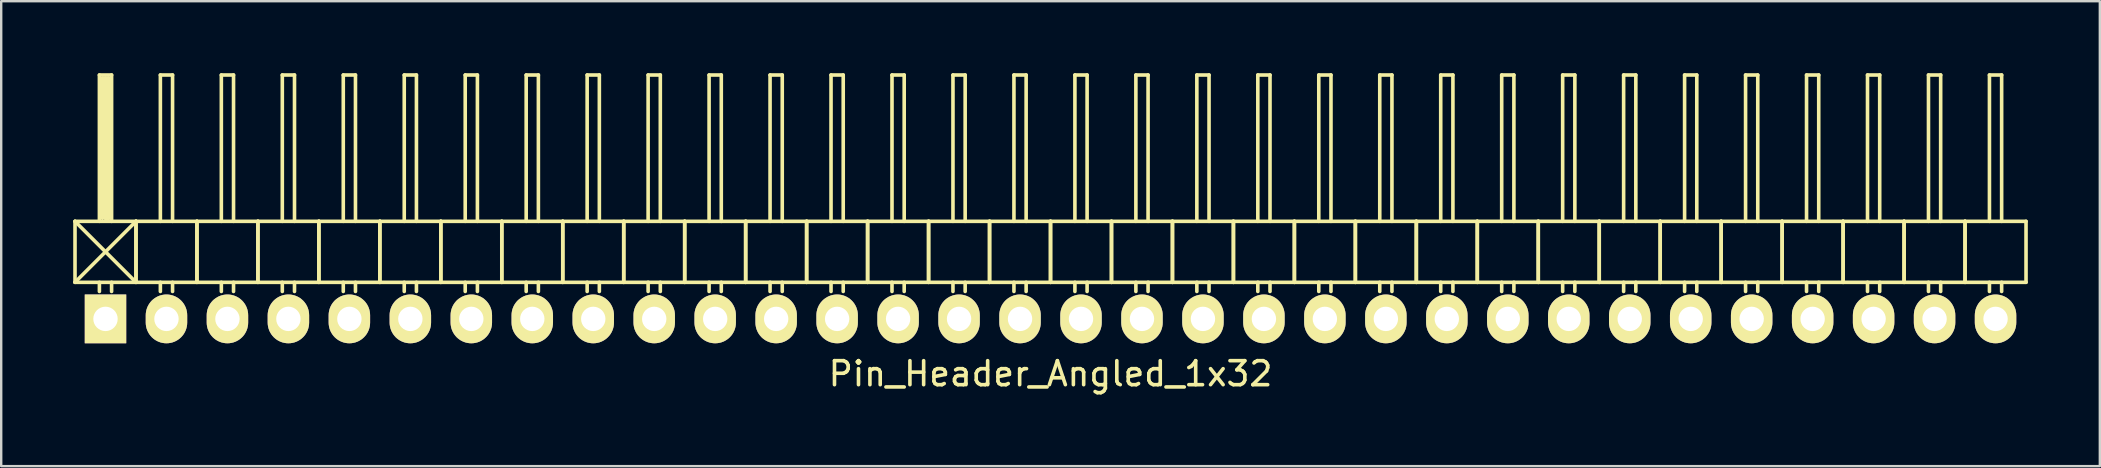
<source format=kicad_pcb>
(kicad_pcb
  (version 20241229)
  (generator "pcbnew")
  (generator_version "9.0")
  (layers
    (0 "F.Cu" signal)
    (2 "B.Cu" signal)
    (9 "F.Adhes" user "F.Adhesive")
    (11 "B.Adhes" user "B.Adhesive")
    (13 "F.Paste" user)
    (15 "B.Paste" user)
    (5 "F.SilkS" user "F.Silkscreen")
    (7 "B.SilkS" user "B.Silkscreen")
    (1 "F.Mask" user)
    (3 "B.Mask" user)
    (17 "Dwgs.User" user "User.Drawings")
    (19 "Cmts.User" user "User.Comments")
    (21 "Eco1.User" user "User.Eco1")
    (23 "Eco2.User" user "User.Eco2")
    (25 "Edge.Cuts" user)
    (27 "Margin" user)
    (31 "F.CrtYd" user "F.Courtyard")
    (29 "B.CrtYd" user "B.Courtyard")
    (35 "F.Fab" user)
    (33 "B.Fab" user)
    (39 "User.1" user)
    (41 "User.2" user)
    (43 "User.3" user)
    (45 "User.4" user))
  (footprint "Pin_Header_Angled_1x32"
    (layer "F.Cu")
    (at 40.715 10.235)
    (property "Reference" "Pin_Header_Angled_1x32" (at 0 2.286 0) (layer "F.SilkS") (effects (font (size 1 1) (thickness 0.15))))
    (attr through_hole)
    (fp_line (start -40.64 -4.064) (end -38.1 -1.524) (stroke (width 0.15) (type solid)) (layer "F.SilkS"))
    (fp_line (start -40.64 -1.524) (end -40.64 -4.064) (stroke (width 0.15) (type solid)) (layer "F.SilkS"))
    (fp_line (start -40.64 -1.524) (end -38.1 -1.524) (stroke (width 0.15) (type solid)) (layer "F.SilkS"))
    (fp_line (start -39.624 -10.16) (end -39.116 -10.16) (stroke (width 0.15) (type solid)) (layer "F.SilkS"))
    (fp_line (start -39.624 -4.064) (end -39.624 -10.16) (stroke (width 0.15) (type solid)) (layer "F.SilkS"))
    (fp_line (start -39.624 -1.524) (end -39.624 -1.143) (stroke (width 0.15) (type solid)) (layer "F.SilkS"))
    (fp_line (start -39.497 -10.033) (end -39.243 -10.033) (stroke (width 0.15) (type solid)) (layer "F.SilkS"))
    (fp_line (start -39.497 -4.191) (end -39.497 -10.033) (stroke (width 0.15) (type solid)) (layer "F.SilkS"))
    (fp_line (start -39.37 -4.191) (end -39.37 -10.033) (stroke (width 0.15) (type solid)) (layer "F.SilkS"))
    (fp_line (start -39.243 -10.033) (end -39.243 -4.191) (stroke (width 0.15) (type solid)) (layer "F.SilkS"))
    (fp_line (start -39.243 -4.191) (end -39.37 -4.191) (stroke (width 0.15) (type solid)) (layer "F.SilkS"))
    (fp_line (start -39.116 -10.16) (end -39.116 -4.064) (stroke (width 0.15) (type solid)) (layer "F.SilkS"))
    (fp_line (start -39.116 -1.524) (end -39.116 -1.143) (stroke (width 0.15) (type solid)) (layer "F.SilkS"))
    (fp_line (start -38.1 -4.064) (end -40.64 -4.064) (stroke (width 0.15) (type solid)) (layer "F.SilkS"))
    (fp_line (start -38.1 -4.064) (end -40.64 -1.524) (stroke (width 0.15) (type solid)) (layer "F.SilkS"))
    (fp_line (start -38.1 -1.524) (end -38.1 -4.064) (stroke (width 0.15) (type solid)) (layer "F.SilkS"))
    (fp_line (start -38.1 -1.524) (end -38.1 -4.064) (stroke (width 0.15) (type solid)) (layer "F.SilkS"))
    (fp_line (start -38.1 -1.524) (end -35.56 -1.524) (stroke (width 0.15) (type solid)) (layer "F.SilkS"))
    (fp_line (start -37.084 -10.16) (end -36.576 -10.16) (stroke (width 0.15) (type solid)) (layer "F.SilkS"))
    (fp_line (start -37.084 -4.064) (end -37.084 -10.16) (stroke (width 0.15) (type solid)) (layer "F.SilkS"))
    (fp_line (start -37.084 -1.524) (end -37.084 -1.143) (stroke (width 0.15) (type solid)) (layer "F.SilkS"))
    (fp_line (start -36.576 -10.16) (end -36.576 -4.064) (stroke (width 0.15) (type solid)) (layer "F.SilkS"))
    (fp_line (start -36.576 -1.524) (end -36.576 -1.143) (stroke (width 0.15) (type solid)) (layer "F.SilkS"))
    (fp_line (start -35.56 -4.064) (end -38.1 -4.064) (stroke (width 0.15) (type solid)) (layer "F.SilkS"))
    (fp_line (start -35.56 -1.524) (end -35.56 -4.064) (stroke (width 0.15) (type solid)) (layer "F.SilkS"))
    (fp_line (start -35.56 -1.524) (end -35.56 -4.064) (stroke (width 0.15) (type solid)) (layer "F.SilkS"))
    (fp_line (start -35.56 -1.524) (end -33.02 -1.524) (stroke (width 0.15) (type solid)) (layer "F.SilkS"))
    (fp_line (start -34.544 -10.16) (end -34.036 -10.16) (stroke (width 0.15) (type solid)) (layer "F.SilkS"))
    (fp_line (start -34.544 -4.064) (end -34.544 -10.16) (stroke (width 0.15) (type solid)) (layer "F.SilkS"))
    (fp_line (start -34.544 -1.524) (end -34.544 -1.143) (stroke (width 0.15) (type solid)) (layer "F.SilkS"))
    (fp_line (start -34.036 -10.16) (end -34.036 -4.064) (stroke (width 0.15) (type solid)) (layer "F.SilkS"))
    (fp_line (start -34.036 -1.524) (end -34.036 -1.143) (stroke (width 0.15) (type solid)) (layer "F.SilkS"))
    (fp_line (start -33.02 -4.064) (end -35.56 -4.064) (stroke (width 0.15) (type solid)) (layer "F.SilkS"))
    (fp_line (start -33.02 -1.524) (end -33.02 -4.064) (stroke (width 0.15) (type solid)) (layer "F.SilkS"))
    (fp_line (start -33.02 -1.524) (end -33.02 -4.064) (stroke (width 0.15) (type solid)) (layer "F.SilkS"))
    (fp_line (start -33.02 -1.524) (end -30.48 -1.524) (stroke (width 0.15) (type solid)) (layer "F.SilkS"))
    (fp_line (start -32.004 -10.16) (end -31.496 -10.16) (stroke (width 0.15) (type solid)) (layer "F.SilkS"))
    (fp_line (start -32.004 -4.064) (end -32.004 -10.16) (stroke (width 0.15) (type solid)) (layer "F.SilkS"))
    (fp_line (start -32.004 -1.524) (end -32.004 -1.143) (stroke (width 0.15) (type solid)) (layer "F.SilkS"))
    (fp_line (start -31.496 -10.16) (end -31.496 -4.064) (stroke (width 0.15) (type solid)) (layer "F.SilkS"))
    (fp_line (start -31.496 -1.524) (end -31.496 -1.143) (stroke (width 0.15) (type solid)) (layer "F.SilkS"))
    (fp_line (start -30.48 -4.064) (end -33.02 -4.064) (stroke (width 0.15) (type solid)) (layer "F.SilkS"))
    (fp_line (start -30.48 -1.524) (end -30.48 -4.064) (stroke (width 0.15) (type solid)) (layer "F.SilkS"))
    (fp_line (start -30.48 -1.524) (end -30.48 -4.064) (stroke (width 0.15) (type solid)) (layer "F.SilkS"))
    (fp_line (start -30.48 -1.524) (end -27.94 -1.524) (stroke (width 0.15) (type solid)) (layer "F.SilkS"))
    (fp_line (start -29.464 -10.16) (end -28.956 -10.16) (stroke (width 0.15) (type solid)) (layer "F.SilkS"))
    (fp_line (start -29.464 -4.064) (end -29.464 -10.16) (stroke (width 0.15) (type solid)) (layer "F.SilkS"))
    (fp_line (start -29.464 -1.524) (end -29.464 -1.143) (stroke (width 0.15) (type solid)) (layer "F.SilkS"))
    (fp_line (start -28.956 -10.16) (end -28.956 -4.064) (stroke (width 0.15) (type solid)) (layer "F.SilkS"))
    (fp_line (start -28.956 -1.524) (end -28.956 -1.143) (stroke (width 0.15) (type solid)) (layer "F.SilkS"))
    (fp_line (start -27.94 -4.064) (end -30.48 -4.064) (stroke (width 0.15) (type solid)) (layer "F.SilkS"))
    (fp_line (start -27.94 -1.524) (end -27.94 -4.064) (stroke (width 0.15) (type solid)) (layer "F.SilkS"))
    (fp_line (start -27.94 -1.524) (end -27.94 -4.064) (stroke (width 0.15) (type solid)) (layer "F.SilkS"))
    (fp_line (start -27.94 -1.524) (end -25.4 -1.524) (stroke (width 0.15) (type solid)) (layer "F.SilkS"))
    (fp_line (start -26.924 -10.16) (end -26.416 -10.16) (stroke (width 0.15) (type solid)) (layer "F.SilkS"))
    (fp_line (start -26.924 -4.064) (end -26.924 -10.16) (stroke (width 0.15) (type solid)) (layer "F.SilkS"))
    (fp_line (start -26.924 -1.524) (end -26.924 -1.143) (stroke (width 0.15) (type solid)) (layer "F.SilkS"))
    (fp_line (start -26.416 -10.16) (end -26.416 -4.064) (stroke (width 0.15) (type solid)) (layer "F.SilkS"))
    (fp_line (start -26.416 -1.524) (end -26.416 -1.143) (stroke (width 0.15) (type solid)) (layer "F.SilkS"))
    (fp_line (start -25.4 -4.064) (end -27.94 -4.064) (stroke (width 0.15) (type solid)) (layer "F.SilkS"))
    (fp_line (start -25.4 -1.524) (end -25.4 -4.064) (stroke (width 0.15) (type solid)) (layer "F.SilkS"))
    (fp_line (start -25.4 -1.524) (end -25.4 -4.064) (stroke (width 0.15) (type solid)) (layer "F.SilkS"))
    (fp_line (start -25.4 -1.524) (end -22.86 -1.524) (stroke (width 0.15) (type solid)) (layer "F.SilkS"))
    (fp_line (start -24.384 -10.16) (end -23.876 -10.16) (stroke (width 0.15) (type solid)) (layer "F.SilkS"))
    (fp_line (start -24.384 -4.064) (end -24.384 -10.16) (stroke (width 0.15) (type solid)) (layer "F.SilkS"))
    (fp_line (start -24.384 -1.524) (end -24.384 -1.143) (stroke (width 0.15) (type solid)) (layer "F.SilkS"))
    (fp_line (start -23.876 -10.16) (end -23.876 -4.064) (stroke (width 0.15) (type solid)) (layer "F.SilkS"))
    (fp_line (start -23.876 -1.524) (end -23.876 -1.143) (stroke (width 0.15) (type solid)) (layer "F.SilkS"))
    (fp_line (start -22.86 -4.064) (end -25.4 -4.064) (stroke (width 0.15) (type solid)) (layer "F.SilkS"))
    (fp_line (start -22.86 -1.524) (end -22.86 -4.064) (stroke (width 0.15) (type solid)) (layer "F.SilkS"))
    (fp_line (start -22.86 -1.524) (end -22.86 -4.064) (stroke (width 0.15) (type solid)) (layer "F.SilkS"))
    (fp_line (start -22.86 -1.524) (end -20.32 -1.524) (stroke (width 0.15) (type solid)) (layer "F.SilkS"))
    (fp_line (start -21.844 -10.16) (end -21.336 -10.16) (stroke (width 0.15) (type solid)) (layer "F.SilkS"))
    (fp_line (start -21.844 -4.064) (end -21.844 -10.16) (stroke (width 0.15) (type solid)) (layer "F.SilkS"))
    (fp_line (start -21.844 -1.524) (end -21.844 -1.143) (stroke (width 0.15) (type solid)) (layer "F.SilkS"))
    (fp_line (start -21.336 -10.16) (end -21.336 -4.064) (stroke (width 0.15) (type solid)) (layer "F.SilkS"))
    (fp_line (start -21.336 -1.524) (end -21.336 -1.143) (stroke (width 0.15) (type solid)) (layer "F.SilkS"))
    (fp_line (start -20.32 -4.064) (end -22.86 -4.064) (stroke (width 0.15) (type solid)) (layer "F.SilkS"))
    (fp_line (start -20.32 -1.524) (end -20.32 -4.064) (stroke (width 0.15) (type solid)) (layer "F.SilkS"))
    (fp_line (start -20.32 -1.524) (end -20.32 -4.064) (stroke (width 0.15) (type solid)) (layer "F.SilkS"))
    (fp_line (start -20.32 -1.524) (end -17.78 -1.524) (stroke (width 0.15) (type solid)) (layer "F.SilkS"))
    (fp_line (start -19.304 -10.16) (end -18.796 -10.16) (stroke (width 0.15) (type solid)) (layer "F.SilkS"))
    (fp_line (start -19.304 -4.064) (end -19.304 -10.16) (stroke (width 0.15) (type solid)) (layer "F.SilkS"))
    (fp_line (start -19.304 -1.524) (end -19.304 -1.143) (stroke (width 0.15) (type solid)) (layer "F.SilkS"))
    (fp_line (start -18.796 -10.16) (end -18.796 -4.064) (stroke (width 0.15) (type solid)) (layer "F.SilkS"))
    (fp_line (start -18.796 -1.524) (end -18.796 -1.143) (stroke (width 0.15) (type solid)) (layer "F.SilkS"))
    (fp_line (start -17.78 -4.064) (end -20.32 -4.064) (stroke (width 0.15) (type solid)) (layer "F.SilkS"))
    (fp_line (start -17.78 -1.524) (end -17.78 -4.064) (stroke (width 0.15) (type solid)) (layer "F.SilkS"))
    (fp_line (start -17.78 -1.524) (end -17.78 -4.064) (stroke (width 0.15) (type solid)) (layer "F.SilkS"))
    (fp_line (start -17.78 -1.524) (end -15.24 -1.524) (stroke (width 0.15) (type solid)) (layer "F.SilkS"))
    (fp_line (start -16.764 -10.16) (end -16.256 -10.16) (stroke (width 0.15) (type solid)) (layer "F.SilkS"))
    (fp_line (start -16.764 -4.064) (end -16.764 -10.16) (stroke (width 0.15) (type solid)) (layer "F.SilkS"))
    (fp_line (start -16.764 -1.524) (end -16.764 -1.143) (stroke (width 0.15) (type solid)) (layer "F.SilkS"))
    (fp_line (start -16.256 -10.16) (end -16.256 -4.064) (stroke (width 0.15) (type solid)) (layer "F.SilkS"))
    (fp_line (start -16.256 -1.524) (end -16.256 -1.143) (stroke (width 0.15) (type solid)) (layer "F.SilkS"))
    (fp_line (start -15.24 -4.064) (end -17.78 -4.064) (stroke (width 0.15) (type solid)) (layer "F.SilkS"))
    (fp_line (start -15.24 -1.524) (end -15.24 -4.064) (stroke (width 0.15) (type solid)) (layer "F.SilkS"))
    (fp_line (start -15.24 -1.524) (end -15.24 -4.064) (stroke (width 0.15) (type solid)) (layer "F.SilkS"))
    (fp_line (start -15.24 -1.524) (end -12.7 -1.524) (stroke (width 0.15) (type solid)) (layer "F.SilkS"))
    (fp_line (start -14.224 -10.16) (end -13.716 -10.16) (stroke (width 0.15) (type solid)) (layer "F.SilkS"))
    (fp_line (start -14.224 -4.064) (end -14.224 -10.16) (stroke (width 0.15) (type solid)) (layer "F.SilkS"))
    (fp_line (start -14.224 -1.524) (end -14.224 -1.143) (stroke (width 0.15) (type solid)) (layer "F.SilkS"))
    (fp_line (start -13.716 -10.16) (end -13.716 -4.064) (stroke (width 0.15) (type solid)) (layer "F.SilkS"))
    (fp_line (start -13.716 -1.524) (end -13.716 -1.143) (stroke (width 0.15) (type solid)) (layer "F.SilkS"))
    (fp_line (start -12.7 -4.064) (end -15.24 -4.064) (stroke (width 0.15) (type solid)) (layer "F.SilkS"))
    (fp_line (start -12.7 -1.524) (end -12.7 -4.064) (stroke (width 0.15) (type solid)) (layer "F.SilkS"))
    (fp_line (start -12.7 -1.524) (end -12.7 -4.064) (stroke (width 0.15) (type solid)) (layer "F.SilkS"))
    (fp_line (start -12.7 -1.524) (end -10.16 -1.524) (stroke (width 0.15) (type solid)) (layer "F.SilkS"))
    (fp_line (start -11.684 -10.16) (end -11.176 -10.16) (stroke (width 0.15) (type solid)) (layer "F.SilkS"))
    (fp_line (start -11.684 -4.064) (end -11.684 -10.16) (stroke (width 0.15) (type solid)) (layer "F.SilkS"))
    (fp_line (start -11.684 -1.524) (end -11.684 -1.143) (stroke (width 0.15) (type solid)) (layer "F.SilkS"))
    (fp_line (start -11.176 -10.16) (end -11.176 -4.064) (stroke (width 0.15) (type solid)) (layer "F.SilkS"))
    (fp_line (start -11.176 -1.524) (end -11.176 -1.143) (stroke (width 0.15) (type solid)) (layer "F.SilkS"))
    (fp_line (start -10.16 -4.064) (end -12.7 -4.064) (stroke (width 0.15) (type solid)) (layer "F.SilkS"))
    (fp_line (start -10.16 -1.524) (end -10.16 -4.064) (stroke (width 0.15) (type solid)) (layer "F.SilkS"))
    (fp_line (start -10.16 -1.524) (end -10.16 -4.064) (stroke (width 0.15) (type solid)) (layer "F.SilkS"))
    (fp_line (start -10.16 -1.524) (end -7.62 -1.524) (stroke (width 0.15) (type solid)) (layer "F.SilkS"))
    (fp_line (start -9.144 -10.16) (end -8.636 -10.16) (stroke (width 0.15) (type solid)) (layer "F.SilkS"))
    (fp_line (start -9.144 -4.064) (end -9.144 -10.16) (stroke (width 0.15) (type solid)) (layer "F.SilkS"))
    (fp_line (start -9.144 -1.524) (end -9.144 -1.143) (stroke (width 0.15) (type solid)) (layer "F.SilkS"))
    (fp_line (start -8.636 -10.16) (end -8.636 -4.064) (stroke (width 0.15) (type solid)) (layer "F.SilkS"))
    (fp_line (start -8.636 -1.524) (end -8.636 -1.143) (stroke (width 0.15) (type solid)) (layer "F.SilkS"))
    (fp_line (start -7.62 -4.064) (end -10.16 -4.064) (stroke (width 0.15) (type solid)) (layer "F.SilkS"))
    (fp_line (start -7.62 -1.524) (end -7.62 -4.064) (stroke (width 0.15) (type solid)) (layer "F.SilkS"))
    (fp_line (start -7.62 -1.524) (end -7.62 -4.064) (stroke (width 0.15) (type solid)) (layer "F.SilkS"))
    (fp_line (start -7.62 -1.524) (end -5.08 -1.524) (stroke (width 0.15) (type solid)) (layer "F.SilkS"))
    (fp_line (start -6.604 -10.16) (end -6.096 -10.16) (stroke (width 0.15) (type solid)) (layer "F.SilkS"))
    (fp_line (start -6.604 -4.064) (end -6.604 -10.16) (stroke (width 0.15) (type solid)) (layer "F.SilkS"))
    (fp_line (start -6.604 -1.524) (end -6.604 -1.143) (stroke (width 0.15) (type solid)) (layer "F.SilkS"))
    (fp_line (start -6.096 -10.16) (end -6.096 -4.064) (stroke (width 0.15) (type solid)) (layer "F.SilkS"))
    (fp_line (start -6.096 -1.524) (end -6.096 -1.143) (stroke (width 0.15) (type solid)) (layer "F.SilkS"))
    (fp_line (start -5.08 -4.064) (end -7.62 -4.064) (stroke (width 0.15) (type solid)) (layer "F.SilkS"))
    (fp_line (start -5.08 -1.524) (end -5.08 -4.064) (stroke (width 0.15) (type solid)) (layer "F.SilkS"))
    (fp_line (start -5.08 -1.524) (end -5.08 -4.064) (stroke (width 0.15) (type solid)) (layer "F.SilkS"))
    (fp_line (start -5.08 -1.524) (end -2.54 -1.524) (stroke (width 0.15) (type solid)) (layer "F.SilkS"))
    (fp_line (start -4.064 -10.16) (end -3.556 -10.16) (stroke (width 0.15) (type solid)) (layer "F.SilkS"))
    (fp_line (start -4.064 -4.064) (end -4.064 -10.16) (stroke (width 0.15) (type solid)) (layer "F.SilkS"))
    (fp_line (start -4.064 -1.524) (end -4.064 -1.143) (stroke (width 0.15) (type solid)) (layer "F.SilkS"))
    (fp_line (start -3.556 -10.16) (end -3.556 -4.064) (stroke (width 0.15) (type solid)) (layer "F.SilkS"))
    (fp_line (start -3.556 -1.524) (end -3.556 -1.143) (stroke (width 0.15) (type solid)) (layer "F.SilkS"))
    (fp_line (start -2.54 -4.064) (end -5.08 -4.064) (stroke (width 0.15) (type solid)) (layer "F.SilkS"))
    (fp_line (start -2.54 -1.524) (end -2.54 -4.064) (stroke (width 0.15) (type solid)) (layer "F.SilkS"))
    (fp_line (start -2.54 -1.524) (end -2.54 -4.064) (stroke (width 0.15) (type solid)) (layer "F.SilkS"))
    (fp_line (start -2.54 -1.524) (end 0 -1.524) (stroke (width 0.15) (type solid)) (layer "F.SilkS"))
    (fp_line (start -1.524 -10.16) (end -1.016 -10.16) (stroke (width 0.15) (type solid)) (layer "F.SilkS"))
    (fp_line (start -1.524 -4.064) (end -1.524 -10.16) (stroke (width 0.15) (type solid)) (layer "F.SilkS"))
    (fp_line (start -1.524 -1.524) (end -1.524 -1.143) (stroke (width 0.15) (type solid)) (layer "F.SilkS"))
    (fp_line (start -1.016 -10.16) (end -1.016 -4.064) (stroke (width 0.15) (type solid)) (layer "F.SilkS"))
    (fp_line (start -1.016 -1.524) (end -1.016 -1.143) (stroke (width 0.15) (type solid)) (layer "F.SilkS"))
    (fp_line (start 0 -4.064) (end -2.54 -4.064) (stroke (width 0.15) (type solid)) (layer "F.SilkS"))
    (fp_line (start 0 -1.524) (end 0 -4.064) (stroke (width 0.15) (type solid)) (layer "F.SilkS"))
    (fp_line (start 0 -1.524) (end 0 -4.064) (stroke (width 0.15) (type solid)) (layer "F.SilkS"))
    (fp_line (start 0 -1.524) (end 2.54 -1.524) (stroke (width 0.15) (type solid)) (layer "F.SilkS"))
    (fp_line (start 1.016 -10.16) (end 1.524 -10.16) (stroke (width 0.15) (type solid)) (layer "F.SilkS"))
    (fp_line (start 1.016 -4.064) (end 1.016 -10.16) (stroke (width 0.15) (type solid)) (layer "F.SilkS"))
    (fp_line (start 1.016 -1.524) (end 1.016 -1.143) (stroke (width 0.15) (type solid)) (layer "F.SilkS"))
    (fp_line (start 1.524 -10.16) (end 1.524 -4.064) (stroke (width 0.15) (type solid)) (layer "F.SilkS"))
    (fp_line (start 1.524 -1.524) (end 1.524 -1.143) (stroke (width 0.15) (type solid)) (layer "F.SilkS"))
    (fp_line (start 2.54 -4.064) (end 0 -4.064) (stroke (width 0.15) (type solid)) (layer "F.SilkS"))
    (fp_line (start 2.54 -1.524) (end 2.54 -4.064) (stroke (width 0.15) (type solid)) (layer "F.SilkS"))
    (fp_line (start 2.54 -1.524) (end 2.54 -4.064) (stroke (width 0.15) (type solid)) (layer "F.SilkS"))
    (fp_line (start 2.54 -1.524) (end 5.08 -1.524) (stroke (width 0.15) (type solid)) (layer "F.SilkS"))
    (fp_line (start 3.556 -10.16) (end 4.064 -10.16) (stroke (width 0.15) (type solid)) (layer "F.SilkS"))
    (fp_line (start 3.556 -4.064) (end 3.556 -10.16) (stroke (width 0.15) (type solid)) (layer "F.SilkS"))
    (fp_line (start 3.556 -1.524) (end 3.556 -1.143) (stroke (width 0.15) (type solid)) (layer "F.SilkS"))
    (fp_line (start 4.064 -10.16) (end 4.064 -4.064) (stroke (width 0.15) (type solid)) (layer "F.SilkS"))
    (fp_line (start 4.064 -1.524) (end 4.064 -1.143) (stroke (width 0.15) (type solid)) (layer "F.SilkS"))
    (fp_line (start 5.08 -4.064) (end 2.54 -4.064) (stroke (width 0.15) (type solid)) (layer "F.SilkS"))
    (fp_line (start 5.08 -1.524) (end 5.08 -4.064) (stroke (width 0.15) (type solid)) (layer "F.SilkS"))
    (fp_line (start 5.08 -1.524) (end 5.08 -4.064) (stroke (width 0.15) (type solid)) (layer "F.SilkS"))
    (fp_line (start 5.08 -1.524) (end 7.62 -1.524) (stroke (width 0.15) (type solid)) (layer "F.SilkS"))
    (fp_line (start 6.096 -10.16) (end 6.604 -10.16) (stroke (width 0.15) (type solid)) (layer "F.SilkS"))
    (fp_line (start 6.096 -4.064) (end 6.096 -10.16) (stroke (width 0.15) (type solid)) (layer "F.SilkS"))
    (fp_line (start 6.096 -1.524) (end 6.096 -1.143) (stroke (width 0.15) (type solid)) (layer "F.SilkS"))
    (fp_line (start 6.604 -10.16) (end 6.604 -4.064) (stroke (width 0.15) (type solid)) (layer "F.SilkS"))
    (fp_line (start 6.604 -1.524) (end 6.604 -1.143) (stroke (width 0.15) (type solid)) (layer "F.SilkS"))
    (fp_line (start 7.62 -4.064) (end 5.08 -4.064) (stroke (width 0.15) (type solid)) (layer "F.SilkS"))
    (fp_line (start 7.62 -1.524) (end 7.62 -4.064) (stroke (width 0.15) (type solid)) (layer "F.SilkS"))
    (fp_line (start 7.62 -1.524) (end 7.62 -4.064) (stroke (width 0.15) (type solid)) (layer "F.SilkS"))
    (fp_line (start 7.62 -1.524) (end 10.16 -1.524) (stroke (width 0.15) (type solid)) (layer "F.SilkS"))
    (fp_line (start 8.636 -10.16) (end 9.144 -10.16) (stroke (width 0.15) (type solid)) (layer "F.SilkS"))
    (fp_line (start 8.636 -4.064) (end 8.636 -10.16) (stroke (width 0.15) (type solid)) (layer "F.SilkS"))
    (fp_line (start 8.636 -1.524) (end 8.636 -1.143) (stroke (width 0.15) (type solid)) (layer "F.SilkS"))
    (fp_line (start 9.144 -10.16) (end 9.144 -4.064) (stroke (width 0.15) (type solid)) (layer "F.SilkS"))
    (fp_line (start 9.144 -1.524) (end 9.144 -1.143) (stroke (width 0.15) (type solid)) (layer "F.SilkS"))
    (fp_line (start 10.16 -4.064) (end 7.62 -4.064) (stroke (width 0.15) (type solid)) (layer "F.SilkS"))
    (fp_line (start 10.16 -1.524) (end 10.16 -4.064) (stroke (width 0.15) (type solid)) (layer "F.SilkS"))
    (fp_line (start 10.16 -1.524) (end 10.16 -4.064) (stroke (width 0.15) (type solid)) (layer "F.SilkS"))
    (fp_line (start 10.16 -1.524) (end 12.7 -1.524) (stroke (width 0.15) (type solid)) (layer "F.SilkS"))
    (fp_line (start 11.176 -10.16) (end 11.684 -10.16) (stroke (width 0.15) (type solid)) (layer "F.SilkS"))
    (fp_line (start 11.176 -4.064) (end 11.176 -10.16) (stroke (width 0.15) (type solid)) (layer "F.SilkS"))
    (fp_line (start 11.176 -1.524) (end 11.176 -1.143) (stroke (width 0.15) (type solid)) (layer "F.SilkS"))
    (fp_line (start 11.684 -10.16) (end 11.684 -4.064) (stroke (width 0.15) (type solid)) (layer "F.SilkS"))
    (fp_line (start 11.684 -1.524) (end 11.684 -1.143) (stroke (width 0.15) (type solid)) (layer "F.SilkS"))
    (fp_line (start 12.7 -4.064) (end 10.16 -4.064) (stroke (width 0.15) (type solid)) (layer "F.SilkS"))
    (fp_line (start 12.7 -1.524) (end 12.7 -4.064) (stroke (width 0.15) (type solid)) (layer "F.SilkS"))
    (fp_line (start 12.7 -1.524) (end 12.7 -4.064) (stroke (width 0.15) (type solid)) (layer "F.SilkS"))
    (fp_line (start 12.7 -1.524) (end 15.24 -1.524) (stroke (width 0.15) (type solid)) (layer "F.SilkS"))
    (fp_line (start 13.716 -10.16) (end 14.224 -10.16) (stroke (width 0.15) (type solid)) (layer "F.SilkS"))
    (fp_line (start 13.716 -4.064) (end 13.716 -10.16) (stroke (width 0.15) (type solid)) (layer "F.SilkS"))
    (fp_line (start 13.716 -1.524) (end 13.716 -1.143) (stroke (width 0.15) (type solid)) (layer "F.SilkS"))
    (fp_line (start 14.224 -10.16) (end 14.224 -4.064) (stroke (width 0.15) (type solid)) (layer "F.SilkS"))
    (fp_line (start 14.224 -1.524) (end 14.224 -1.143) (stroke (width 0.15) (type solid)) (layer "F.SilkS"))
    (fp_line (start 15.24 -4.064) (end 12.7 -4.064) (stroke (width 0.15) (type solid)) (layer "F.SilkS"))
    (fp_line (start 15.24 -1.524) (end 15.24 -4.064) (stroke (width 0.15) (type solid)) (layer "F.SilkS"))
    (fp_line (start 15.24 -1.524) (end 15.24 -4.064) (stroke (width 0.15) (type solid)) (layer "F.SilkS"))
    (fp_line (start 15.24 -1.524) (end 17.78 -1.524) (stroke (width 0.15) (type solid)) (layer "F.SilkS"))
    (fp_line (start 16.256 -10.16) (end 16.764 -10.16) (stroke (width 0.15) (type solid)) (layer "F.SilkS"))
    (fp_line (start 16.256 -4.064) (end 16.256 -10.16) (stroke (width 0.15) (type solid)) (layer "F.SilkS"))
    (fp_line (start 16.256 -1.524) (end 16.256 -1.143) (stroke (width 0.15) (type solid)) (layer "F.SilkS"))
    (fp_line (start 16.764 -10.16) (end 16.764 -4.064) (stroke (width 0.15) (type solid)) (layer "F.SilkS"))
    (fp_line (start 16.764 -1.524) (end 16.764 -1.143) (stroke (width 0.15) (type solid)) (layer "F.SilkS"))
    (fp_line (start 17.78 -4.064) (end 15.24 -4.064) (stroke (width 0.15) (type solid)) (layer "F.SilkS"))
    (fp_line (start 17.78 -1.524) (end 17.78 -4.064) (stroke (width 0.15) (type solid)) (layer "F.SilkS"))
    (fp_line (start 17.78 -1.524) (end 17.78 -4.064) (stroke (width 0.15) (type solid)) (layer "F.SilkS"))
    (fp_line (start 17.78 -1.524) (end 20.32 -1.524) (stroke (width 0.15) (type solid)) (layer "F.SilkS"))
    (fp_line (start 18.796 -10.16) (end 19.304 -10.16) (stroke (width 0.15) (type solid)) (layer "F.SilkS"))
    (fp_line (start 18.796 -4.064) (end 18.796 -10.16) (stroke (width 0.15) (type solid)) (layer "F.SilkS"))
    (fp_line (start 18.796 -1.524) (end 18.796 -1.143) (stroke (width 0.15) (type solid)) (layer "F.SilkS"))
    (fp_line (start 19.304 -10.16) (end 19.304 -4.064) (stroke (width 0.15) (type solid)) (layer "F.SilkS"))
    (fp_line (start 19.304 -1.524) (end 19.304 -1.143) (stroke (width 0.15) (type solid)) (layer "F.SilkS"))
    (fp_line (start 20.32 -4.064) (end 17.78 -4.064) (stroke (width 0.15) (type solid)) (layer "F.SilkS"))
    (fp_line (start 20.32 -1.524) (end 20.32 -4.064) (stroke (width 0.15) (type solid)) (layer "F.SilkS"))
    (fp_line (start 20.32 -1.524) (end 20.32 -4.064) (stroke (width 0.15) (type solid)) (layer "F.SilkS"))
    (fp_line (start 20.32 -1.524) (end 22.86 -1.524) (stroke (width 0.15) (type solid)) (layer "F.SilkS"))
    (fp_line (start 21.336 -10.16) (end 21.844 -10.16) (stroke (width 0.15) (type solid)) (layer "F.SilkS"))
    (fp_line (start 21.336 -4.064) (end 21.336 -10.16) (stroke (width 0.15) (type solid)) (layer "F.SilkS"))
    (fp_line (start 21.336 -1.524) (end 21.336 -1.143) (stroke (width 0.15) (type solid)) (layer "F.SilkS"))
    (fp_line (start 21.844 -10.16) (end 21.844 -4.064) (stroke (width 0.15) (type solid)) (layer "F.SilkS"))
    (fp_line (start 21.844 -1.524) (end 21.844 -1.143) (stroke (width 0.15) (type solid)) (layer "F.SilkS"))
    (fp_line (start 22.86 -4.064) (end 20.32 -4.064) (stroke (width 0.15) (type solid)) (layer "F.SilkS"))
    (fp_line (start 22.86 -1.524) (end 22.86 -4.064) (stroke (width 0.15) (type solid)) (layer "F.SilkS"))
    (fp_line (start 22.86 -1.524) (end 22.86 -4.064) (stroke (width 0.15) (type solid)) (layer "F.SilkS"))
    (fp_line (start 22.86 -1.524) (end 25.4 -1.524) (stroke (width 0.15) (type solid)) (layer "F.SilkS"))
    (fp_line (start 23.876 -10.16) (end 24.384 -10.16) (stroke (width 0.15) (type solid)) (layer "F.SilkS"))
    (fp_line (start 23.876 -4.064) (end 23.876 -10.16) (stroke (width 0.15) (type solid)) (layer "F.SilkS"))
    (fp_line (start 23.876 -1.524) (end 23.876 -1.143) (stroke (width 0.15) (type solid)) (layer "F.SilkS"))
    (fp_line (start 24.384 -10.16) (end 24.384 -4.064) (stroke (width 0.15) (type solid)) (layer "F.SilkS"))
    (fp_line (start 24.384 -1.524) (end 24.384 -1.143) (stroke (width 0.15) (type solid)) (layer "F.SilkS"))
    (fp_line (start 25.4 -4.064) (end 22.86 -4.064) (stroke (width 0.15) (type solid)) (layer "F.SilkS"))
    (fp_line (start 25.4 -1.524) (end 25.4 -4.064) (stroke (width 0.15) (type solid)) (layer "F.SilkS"))
    (fp_line (start 25.4 -1.524) (end 25.4 -4.064) (stroke (width 0.15) (type solid)) (layer "F.SilkS"))
    (fp_line (start 25.4 -1.524) (end 27.94 -1.524) (stroke (width 0.15) (type solid)) (layer "F.SilkS"))
    (fp_line (start 26.416 -10.16) (end 26.924 -10.16) (stroke (width 0.15) (type solid)) (layer "F.SilkS"))
    (fp_line (start 26.416 -4.064) (end 26.416 -10.16) (stroke (width 0.15) (type solid)) (layer "F.SilkS"))
    (fp_line (start 26.416 -1.524) (end 26.416 -1.143) (stroke (width 0.15) (type solid)) (layer "F.SilkS"))
    (fp_line (start 26.924 -10.16) (end 26.924 -4.064) (stroke (width 0.15) (type solid)) (layer "F.SilkS"))
    (fp_line (start 26.924 -1.524) (end 26.924 -1.143) (stroke (width 0.15) (type solid)) (layer "F.SilkS"))
    (fp_line (start 27.94 -4.064) (end 25.4 -4.064) (stroke (width 0.15) (type solid)) (layer "F.SilkS"))
    (fp_line (start 27.94 -1.524) (end 27.94 -4.064) (stroke (width 0.15) (type solid)) (layer "F.SilkS"))
    (fp_line (start 27.94 -1.524) (end 27.94 -4.064) (stroke (width 0.15) (type solid)) (layer "F.SilkS"))
    (fp_line (start 27.94 -1.524) (end 30.48 -1.524) (stroke (width 0.15) (type solid)) (layer "F.SilkS"))
    (fp_line (start 28.956 -10.16) (end 29.464 -10.16) (stroke (width 0.15) (type solid)) (layer "F.SilkS"))
    (fp_line (start 28.956 -4.064) (end 28.956 -10.16) (stroke (width 0.15) (type solid)) (layer "F.SilkS"))
    (fp_line (start 28.956 -1.524) (end 28.956 -1.143) (stroke (width 0.15) (type solid)) (layer "F.SilkS"))
    (fp_line (start 29.464 -10.16) (end 29.464 -4.064) (stroke (width 0.15) (type solid)) (layer "F.SilkS"))
    (fp_line (start 29.464 -1.524) (end 29.464 -1.143) (stroke (width 0.15) (type solid)) (layer "F.SilkS"))
    (fp_line (start 30.48 -4.064) (end 27.94 -4.064) (stroke (width 0.15) (type solid)) (layer "F.SilkS"))
    (fp_line (start 30.48 -1.524) (end 30.48 -4.064) (stroke (width 0.15) (type solid)) (layer "F.SilkS"))
    (fp_line (start 30.48 -1.524) (end 30.48 -4.064) (stroke (width 0.15) (type solid)) (layer "F.SilkS"))
    (fp_line (start 30.48 -1.524) (end 33.02 -1.524) (stroke (width 0.15) (type solid)) (layer "F.SilkS"))
    (fp_line (start 31.496 -10.16) (end 32.004 -10.16) (stroke (width 0.15) (type solid)) (layer "F.SilkS"))
    (fp_line (start 31.496 -4.064) (end 31.496 -10.16) (stroke (width 0.15) (type solid)) (layer "F.SilkS"))
    (fp_line (start 31.496 -1.524) (end 31.496 -1.143) (stroke (width 0.15) (type solid)) (layer "F.SilkS"))
    (fp_line (start 32.004 -10.16) (end 32.004 -4.064) (stroke (width 0.15) (type solid)) (layer "F.SilkS"))
    (fp_line (start 32.004 -1.524) (end 32.004 -1.143) (stroke (width 0.15) (type solid)) (layer "F.SilkS"))
    (fp_line (start 33.02 -4.064) (end 30.48 -4.064) (stroke (width 0.15) (type solid)) (layer "F.SilkS"))
    (fp_line (start 33.02 -1.524) (end 33.02 -4.064) (stroke (width 0.15) (type solid)) (layer "F.SilkS"))
    (fp_line (start 33.02 -1.524) (end 33.02 -4.064) (stroke (width 0.15) (type solid)) (layer "F.SilkS"))
    (fp_line (start 33.02 -1.524) (end 35.56 -1.524) (stroke (width 0.15) (type solid)) (layer "F.SilkS"))
    (fp_line (start 34.036 -10.16) (end 34.544 -10.16) (stroke (width 0.15) (type solid)) (layer "F.SilkS"))
    (fp_line (start 34.036 -4.064) (end 34.036 -10.16) (stroke (width 0.15) (type solid)) (layer "F.SilkS"))
    (fp_line (start 34.036 -1.524) (end 34.036 -1.143) (stroke (width 0.15) (type solid)) (layer "F.SilkS"))
    (fp_line (start 34.544 -10.16) (end 34.544 -4.064) (stroke (width 0.15) (type solid)) (layer "F.SilkS"))
    (fp_line (start 34.544 -1.524) (end 34.544 -1.143) (stroke (width 0.15) (type solid)) (layer "F.SilkS"))
    (fp_line (start 35.56 -4.064) (end 33.02 -4.064) (stroke (width 0.15) (type solid)) (layer "F.SilkS"))
    (fp_line (start 35.56 -1.524) (end 35.56 -4.064) (stroke (width 0.15) (type solid)) (layer "F.SilkS"))
    (fp_line (start 35.56 -1.524) (end 35.56 -4.064) (stroke (width 0.15) (type solid)) (layer "F.SilkS"))
    (fp_line (start 35.56 -1.524) (end 38.1 -1.524) (stroke (width 0.15) (type solid)) (layer "F.SilkS"))
    (fp_line (start 36.576 -10.16) (end 37.084 -10.16) (stroke (width 0.15) (type solid)) (layer "F.SilkS"))
    (fp_line (start 36.576 -4.064) (end 36.576 -10.16) (stroke (width 0.15) (type solid)) (layer "F.SilkS"))
    (fp_line (start 36.576 -1.524) (end 36.576 -1.143) (stroke (width 0.15) (type solid)) (layer "F.SilkS"))
    (fp_line (start 37.084 -10.16) (end 37.084 -4.064) (stroke (width 0.15) (type solid)) (layer "F.SilkS"))
    (fp_line (start 37.084 -1.524) (end 37.084 -1.143) (stroke (width 0.15) (type solid)) (layer "F.SilkS"))
    (fp_line (start 38.1 -4.064) (end 35.56 -4.064) (stroke (width 0.15) (type solid)) (layer "F.SilkS"))
    (fp_line (start 38.1 -1.524) (end 38.1 -4.064) (stroke (width 0.15) (type solid)) (layer "F.SilkS"))
    (fp_line (start 38.1 -1.524) (end 38.1 -4.064) (stroke (width 0.15) (type solid)) (layer "F.SilkS"))
    (fp_line (start 38.1 -1.524) (end 40.64 -1.524) (stroke (width 0.15) (type solid)) (layer "F.SilkS"))
    (fp_line (start 39.116 -10.16) (end 39.624 -10.16) (stroke (width 0.15) (type solid)) (layer "F.SilkS"))
    (fp_line (start 39.116 -4.064) (end 39.116 -10.16) (stroke (width 0.15) (type solid)) (layer "F.SilkS"))
    (fp_line (start 39.116 -1.524) (end 39.116 -1.143) (stroke (width 0.15) (type solid)) (layer "F.SilkS"))
    (fp_line (start 39.624 -10.16) (end 39.624 -4.064) (stroke (width 0.15) (type solid)) (layer "F.SilkS"))
    (fp_line (start 39.624 -1.524) (end 39.624 -1.143) (stroke (width 0.15) (type solid)) (layer "F.SilkS"))
    (fp_line (start 40.64 -4.064) (end 38.1 -4.064) (stroke (width 0.15) (type solid)) (layer "F.SilkS"))
    (fp_line (start 40.64 -1.524) (end 40.64 -4.064) (stroke (width 0.15) (type solid)) (layer "F.SilkS"))
    (pad "1" thru_hole rect (at -39.37 0) (size 1.727 2.032) (drill 1.016) (layers "*.Cu" "*.Mask" "F.SilkS"))
    (pad "2" thru_hole oval (at -36.83 0) (size 1.727 2.032) (drill 1.016) (layers "*.Cu" "*.Mask" "F.SilkS"))
    (pad "3" thru_hole oval (at -34.29 0) (size 1.727 2.032) (drill 1.016) (layers "*.Cu" "*.Mask" "F.SilkS"))
    (pad "4" thru_hole oval (at -31.75 0) (size 1.727 2.032) (drill 1.016) (layers "*.Cu" "*.Mask" "F.SilkS"))
    (pad "5" thru_hole oval (at -29.21 0) (size 1.727 2.032) (drill 1.016) (layers "*.Cu" "*.Mask" "F.SilkS"))
    (pad "6" thru_hole oval (at -26.67 0) (size 1.727 2.032) (drill 1.016) (layers "*.Cu" "*.Mask" "F.SilkS"))
    (pad "7" thru_hole oval (at -24.13 0) (size 1.727 2.032) (drill 1.016) (layers "*.Cu" "*.Mask" "F.SilkS"))
    (pad "8" thru_hole oval (at -21.59 0) (size 1.727 2.032) (drill 1.016) (layers "*.Cu" "*.Mask" "F.SilkS"))
    (pad "9" thru_hole oval (at -19.05 0) (size 1.727 2.032) (drill 1.016) (layers "*.Cu" "*.Mask" "F.SilkS"))
    (pad "10" thru_hole oval (at -16.51 0) (size 1.727 2.032) (drill 1.016) (layers "*.Cu" "*.Mask" "F.SilkS"))
    (pad "11" thru_hole oval (at -13.97 0) (size 1.727 2.032) (drill 1.016) (layers "*.Cu" "*.Mask" "F.SilkS"))
    (pad "12" thru_hole oval (at -11.43 0) (size 1.727 2.032) (drill 1.016) (layers "*.Cu" "*.Mask" "F.SilkS"))
    (pad "13" thru_hole oval (at -8.89 0) (size 1.727 2.032) (drill 1.016) (layers "*.Cu" "*.Mask" "F.SilkS"))
    (pad "14" thru_hole oval (at -6.35 0) (size 1.727 2.032) (drill 1.016) (layers "*.Cu" "*.Mask" "F.SilkS"))
    (pad "15" thru_hole oval (at -3.81 0) (size 1.727 2.032) (drill 1.016) (layers "*.Cu" "*.Mask" "F.SilkS"))
    (pad "16" thru_hole oval (at -1.27 0) (size 1.727 2.032) (drill 1.016) (layers "*.Cu" "*.Mask" "F.SilkS"))
    (pad "17" thru_hole oval (at 1.27 0) (size 1.727 2.032) (drill 1.016) (layers "*.Cu" "*.Mask" "F.SilkS"))
    (pad "18" thru_hole oval (at 3.81 0) (size 1.727 2.032) (drill 1.016) (layers "*.Cu" "*.Mask" "F.SilkS"))
    (pad "19" thru_hole oval (at 6.35 0) (size 1.727 2.032) (drill 1.016) (layers "*.Cu" "*.Mask" "F.SilkS"))
    (pad "20" thru_hole oval (at 8.89 0) (size 1.727 2.032) (drill 1.016) (layers "*.Cu" "*.Mask" "F.SilkS"))
    (pad "21" thru_hole oval (at 11.43 0) (size 1.727 2.032) (drill 1.016) (layers "*.Cu" "*.Mask" "F.SilkS"))
    (pad "22" thru_hole oval (at 13.97 0) (size 1.727 2.032) (drill 1.016) (layers "*.Cu" "*.Mask" "F.SilkS"))
    (pad "23" thru_hole oval (at 16.51 0) (size 1.727 2.032) (drill 1.016) (layers "*.Cu" "*.Mask" "F.SilkS"))
    (pad "24" thru_hole oval (at 19.05 0) (size 1.727 2.032) (drill 1.016) (layers "*.Cu" "*.Mask" "F.SilkS"))
    (pad "25" thru_hole oval (at 21.59 0) (size 1.727 2.032) (drill 1.016) (layers "*.Cu" "*.Mask" "F.SilkS"))
    (pad "26" thru_hole oval (at 24.13 0) (size 1.727 2.032) (drill 1.016) (layers "*.Cu" "*.Mask" "F.SilkS"))
    (pad "27" thru_hole oval (at 26.67 0) (size 1.727 2.032) (drill 1.016) (layers "*.Cu" "*.Mask" "F.SilkS"))
    (pad "28" thru_hole oval (at 29.21 0) (size 1.727 2.032) (drill 1.016) (layers "*.Cu" "*.Mask" "F.SilkS"))
    (pad "29" thru_hole oval (at 31.75 0) (size 1.727 2.032) (drill 1.016) (layers "*.Cu" "*.Mask" "F.SilkS"))
    (pad "30" thru_hole oval (at 34.29 0) (size 1.727 2.032) (drill 1.016) (layers "*.Cu" "*.Mask" "F.SilkS"))
    (pad "31" thru_hole oval (at 36.83 0) (size 1.727 2.032) (drill 1.016) (layers "*.Cu" "*.Mask" "F.SilkS"))
    (pad "32" thru_hole oval (at 39.37 0) (size 1.727 2.032) (drill 1.016) (layers "*.Cu" "*.Mask" "F.SilkS")))
  (gr_rect
    (start -3 -3)
    (end 84.43 16.369)
    (stroke (width 0.1) (type default))
    (fill no)
    (layer "Edge.Cuts")))
</source>
